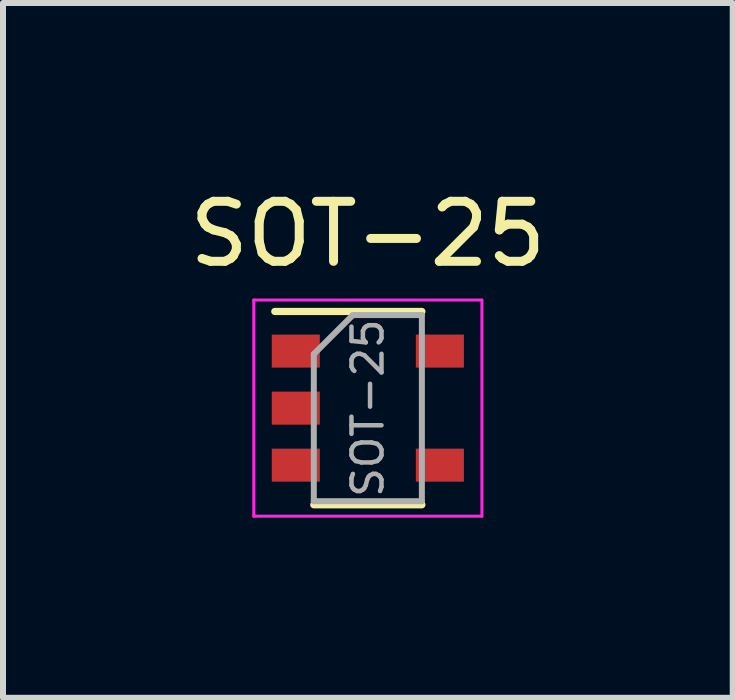
<source format=kicad_pcb>
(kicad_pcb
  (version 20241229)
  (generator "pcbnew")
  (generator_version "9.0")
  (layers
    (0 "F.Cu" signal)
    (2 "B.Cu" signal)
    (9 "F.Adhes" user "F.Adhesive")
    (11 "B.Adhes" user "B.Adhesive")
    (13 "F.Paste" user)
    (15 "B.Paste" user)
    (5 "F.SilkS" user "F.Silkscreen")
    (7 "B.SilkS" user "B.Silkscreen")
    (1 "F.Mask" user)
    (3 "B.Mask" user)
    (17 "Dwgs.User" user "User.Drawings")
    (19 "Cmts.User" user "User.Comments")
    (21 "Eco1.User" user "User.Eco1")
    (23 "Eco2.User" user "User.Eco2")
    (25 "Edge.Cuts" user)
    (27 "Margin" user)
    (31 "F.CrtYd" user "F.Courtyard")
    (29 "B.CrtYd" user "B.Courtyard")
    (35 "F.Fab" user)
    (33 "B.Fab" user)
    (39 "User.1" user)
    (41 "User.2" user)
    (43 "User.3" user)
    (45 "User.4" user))
  (footprint "SOT-25"
    (layer "F.Cu")
    (at 3.077 3.748)
    (property "Reference" "SOT-25" (at 0 -2.9 0) (layer "F.SilkS") (effects (font (size 1 1) (thickness 0.15))))
    (attr smd)
    (fp_line (start -0.9 1.61) (end 0.9 1.61) (stroke (width 0.12) (type solid)) (layer "F.SilkS"))
    (fp_line (start 0.9 -1.61) (end -1.55 -1.61) (stroke (width 0.12) (type solid)) (layer "F.SilkS"))
    (fp_line (start -1.9 -1.8) (end 1.9 -1.8) (stroke (width 0.05) (type solid)) (layer "F.CrtYd"))
    (fp_line (start -1.9 1.8) (end -1.9 -1.8) (stroke (width 0.05) (type solid)) (layer "F.CrtYd"))
    (fp_line (start 1.9 -1.8) (end 1.9 1.8) (stroke (width 0.05) (type solid)) (layer "F.CrtYd"))
    (fp_line (start 1.9 1.8) (end -1.9 1.8) (stroke (width 0.05) (type solid)) (layer "F.CrtYd"))
    (fp_line (start -0.9 -0.9) (end -0.9 1.55) (stroke (width 0.1) (type solid)) (layer "F.Fab"))
    (fp_line (start -0.9 -0.9) (end -0.25 -1.55) (stroke (width 0.1) (type solid)) (layer "F.Fab"))
    (fp_line (start 0.9 -1.55) (end -0.25 -1.55) (stroke (width 0.1) (type solid)) (layer "F.Fab"))
    (fp_line (start 0.9 -1.55) (end 0.9 1.55) (stroke (width 0.1) (type solid)) (layer "F.Fab"))
    (fp_line (start 0.9 1.55) (end -0.9 1.55) (stroke (width 0.1) (type solid)) (layer "F.Fab"))
    (fp_text user "${REFERENCE}" (at 0 0 90) (layer "F.Fab") (effects (font (size 0.5 0.5) (thickness 0.075))))
    (pad "1" smd rect (at -1.2 -0.95) (size 0.8 0.55) (layers "F.Cu" "F.Mask" "F.Paste"))
    (pad "2" smd rect (at -1.2 0) (size 0.8 0.55) (layers "F.Cu" "F.Mask" "F.Paste"))
    (pad "3" smd rect (at -1.2 0.95) (size 0.8 0.55) (layers "F.Cu" "F.Mask" "F.Paste"))
    (pad "4" smd rect (at 1.2 0.95) (size 0.8 0.55) (layers "F.Cu" "F.Mask" "F.Paste"))
    (pad "5" smd rect (at 1.2 -0.95) (size 0.8 0.55) (layers "F.Cu" "F.Mask" "F.Paste")))
  (gr_rect
    (start -3 -3)
    (end 9.155 8.573)
    (stroke (width 0.1) (type default))
    (fill no)
    (layer "Edge.Cuts")))
</source>
